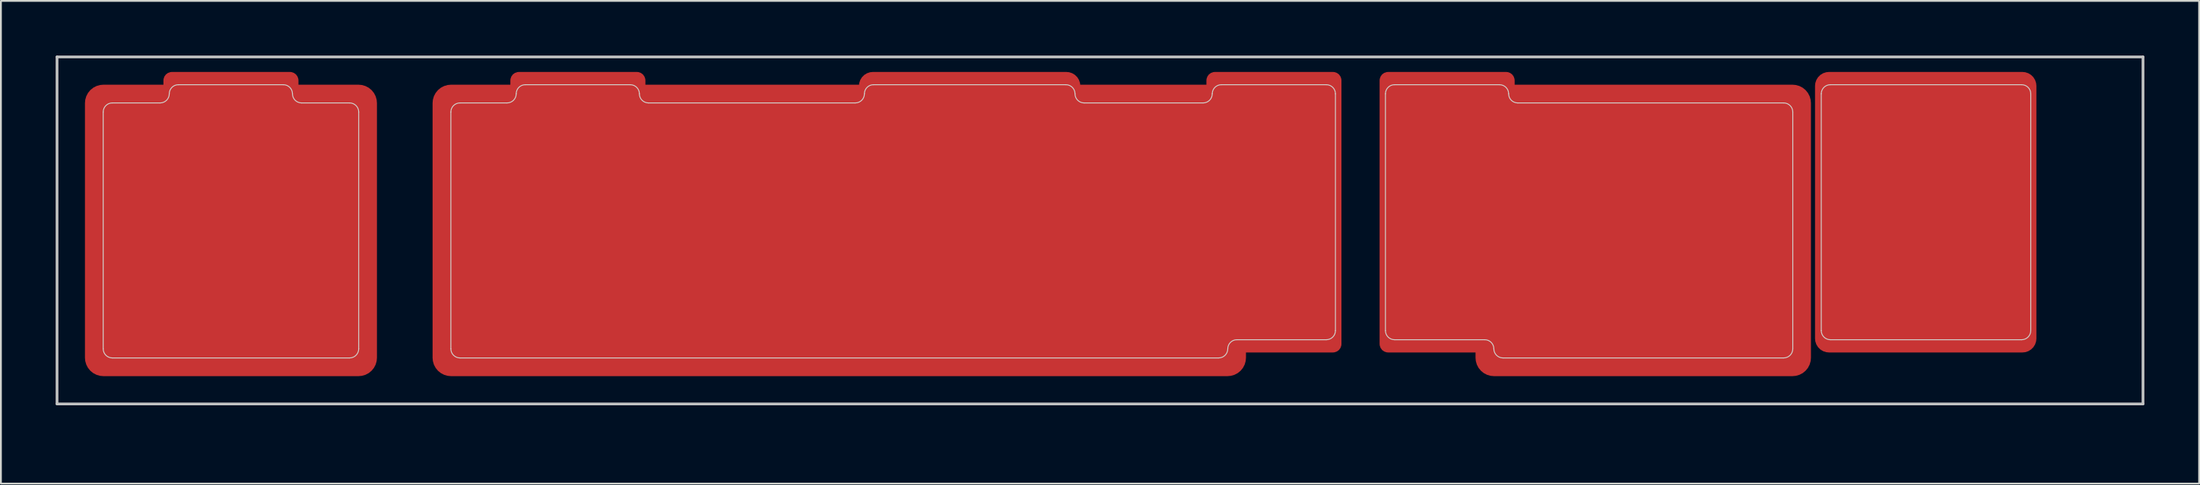
<source format=kicad_pcb>
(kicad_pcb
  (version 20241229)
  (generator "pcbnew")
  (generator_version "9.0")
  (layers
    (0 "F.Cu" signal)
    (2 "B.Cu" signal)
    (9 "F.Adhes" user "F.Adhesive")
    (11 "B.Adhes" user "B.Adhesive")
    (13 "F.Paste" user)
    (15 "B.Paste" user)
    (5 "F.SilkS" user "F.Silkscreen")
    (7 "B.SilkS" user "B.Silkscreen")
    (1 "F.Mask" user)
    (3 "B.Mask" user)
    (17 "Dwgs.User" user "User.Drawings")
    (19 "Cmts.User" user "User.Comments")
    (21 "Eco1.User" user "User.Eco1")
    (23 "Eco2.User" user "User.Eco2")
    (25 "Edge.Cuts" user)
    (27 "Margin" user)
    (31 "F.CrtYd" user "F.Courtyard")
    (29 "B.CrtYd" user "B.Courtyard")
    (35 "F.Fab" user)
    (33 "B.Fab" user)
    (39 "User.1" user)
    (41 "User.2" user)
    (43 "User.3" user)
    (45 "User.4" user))
  (footprint "MX_Cutout_6u_3u_2.25_2.75"
    (layer "F.Cu")
    (at 57.225 9.6)
    (property "Reference" "MX_Cutout_6u_3u_2.25_2.75" (at 0.25 10.05 0) (layer "Eco2.User") (effects (font (size 1 1) (thickness 0.15))))
    (attr through_hole)
    (fp_line (start -57.15 -9.525) (end -57.15 9.525) (stroke (width 0.15) (type solid)) (layer "Dwgs.User"))
    (fp_line (start -57.15 -9.525) (end 57.15 -9.525) (stroke (width 0.15) (type solid)) (layer "Dwgs.User"))
    (fp_line (start -57.15 9.525) (end 57.15 9.525) (stroke (width 0.15) (type solid)) (layer "Dwgs.User"))
    (fp_line (start 57.15 -9.525) (end 57.15 9.525) (stroke (width 0.15) (type solid)) (layer "Dwgs.User"))
    (fp_line (start -54.62 6.5) (end -54.62 -6.5) (stroke (width 0.05) (type solid)) (layer "Edge.Cuts"))
    (fp_line (start -54.12 -7) (end -51.5 -7) (stroke (width 0.05) (type solid)) (layer "Edge.Cuts"))
    (fp_line (start -50.5 -8) (end -44.75 -8) (stroke (width 0.05) (type solid)) (layer "Edge.Cuts"))
    (fp_line (start -43.75 -7) (end -41.12 -7) (stroke (width 0.05) (type solid)) (layer "Edge.Cuts"))
    (fp_line (start -41.12 7) (end -54.12 7) (stroke (width 0.05) (type solid)) (layer "Edge.Cuts"))
    (fp_line (start -40.62 -6.5) (end -40.62 6.5) (stroke (width 0.05) (type solid)) (layer "Edge.Cuts"))
    (fp_line (start -35.57 6.5) (end -35.57 -6.5) (stroke (width 0.05) (type solid)) (layer "Edge.Cuts"))
    (fp_line (start -35.07 -7) (end -32.49 -7) (stroke (width 0.05) (type solid)) (layer "Edge.Cuts"))
    (fp_line (start -31.49 -8) (end -25.74 -8) (stroke (width 0.05) (type solid)) (layer "Edge.Cuts"))
    (fp_line (start -24.74 -7) (end -13.41 -7) (stroke (width 0.05) (type solid)) (layer "Edge.Cuts"))
    (fp_line (start -12.41 -8) (end -1.87 -8) (stroke (width 0.05) (type solid)) (layer "Edge.Cuts"))
    (fp_line (start -0.87 -7) (end 5.65 -7) (stroke (width 0.05) (type solid)) (layer "Edge.Cuts"))
    (fp_line (start 6.5 7) (end -35.07 7) (stroke (width 0.05) (type solid)) (layer "Edge.Cuts"))
    (fp_line (start 6.65 -8) (end 12.4 -8) (stroke (width 0.05) (type solid)) (layer "Edge.Cuts"))
    (fp_line (start 7.5 6) (end 12.4 6) (stroke (width 0.05) (type solid)) (layer "Edge.Cuts"))
    (fp_line (start 12.9 -7.5) (end 12.9 5.5) (stroke (width 0.05) (type solid)) (layer "Edge.Cuts"))
    (fp_line (start 15.64 5.5) (end 15.64 -7.5) (stroke (width 0.05) (type solid)) (layer "Edge.Cuts"))
    (fp_line (start 16.14 -8) (end 21.89 -8) (stroke (width 0.05) (type solid)) (layer "Edge.Cuts"))
    (fp_line (start 16.14 6) (end 21.08 6) (stroke (width 0.05) (type solid)) (layer "Edge.Cuts"))
    (fp_line (start 22.08 7) (end 37.46 7) (stroke (width 0.05) (type solid)) (layer "Edge.Cuts"))
    (fp_line (start 22.89 -7) (end 37.46 -7) (stroke (width 0.05) (type solid)) (layer "Edge.Cuts"))
    (fp_line (start 37.96 -6.5) (end 37.96 6.5) (stroke (width 0.05) (type solid)) (layer "Edge.Cuts"))
    (fp_line (start 39.52 5.5) (end 39.52 -7.5) (stroke (width 0.05) (type solid)) (layer "Edge.Cuts"))
    (fp_line (start 40.02 -8) (end 50.5 -8) (stroke (width 0.05) (type solid)) (layer "Edge.Cuts"))
    (fp_line (start 50.5 6) (end 40.02 6) (stroke (width 0.05) (type solid)) (layer "Edge.Cuts"))
    (fp_line (start 51 -7.5) (end 51 5.5) (stroke (width 0.05) (type solid)) (layer "Edge.Cuts"))
    (fp_arc (start -54.62 -6.5) (mid -54.473553 -6.853553) (end -54.12 -7) (stroke (width 0.05) (type solid)) (layer "Edge.Cuts"))
    (fp_arc (start -54.12 7) (mid -54.473553 6.853553) (end -54.62 6.5) (stroke (width 0.05) (type solid)) (layer "Edge.Cuts"))
    (fp_arc (start -51 -7.5) (mid -51.146447 -7.146447) (end -51.5 -7) (stroke (width 0.05) (type solid)) (layer "Edge.Cuts"))
    (fp_arc (start -51 -7.5) (mid -50.853553 -7.853553) (end -50.5 -8) (stroke (width 0.05) (type solid)) (layer "Edge.Cuts"))
    (fp_arc (start -44.75 -8) (mid -44.396447 -7.853553) (end -44.25 -7.5) (stroke (width 0.05) (type solid)) (layer "Edge.Cuts"))
    (fp_arc (start -43.75 -7) (mid -44.103553 -7.146447) (end -44.25 -7.5) (stroke (width 0.05) (type solid)) (layer "Edge.Cuts"))
    (fp_arc (start -41.12 -7) (mid -40.766447 -6.853553) (end -40.62 -6.5) (stroke (width 0.05) (type solid)) (layer "Edge.Cuts"))
    (fp_arc (start -40.62 6.5) (mid -40.766447 6.853553) (end -41.12 7) (stroke (width 0.05) (type solid)) (layer "Edge.Cuts"))
    (fp_arc (start -35.57 -6.5) (mid -35.423553 -6.853553) (end -35.07 -7) (stroke (width 0.05) (type solid)) (layer "Edge.Cuts"))
    (fp_arc (start -35.07 7) (mid -35.423553 6.853553) (end -35.57 6.5) (stroke (width 0.05) (type solid)) (layer "Edge.Cuts"))
    (fp_arc (start -31.99 -7.5) (mid -32.136447 -7.146447) (end -32.49 -7) (stroke (width 0.05) (type solid)) (layer "Edge.Cuts"))
    (fp_arc (start -31.99 -7.5) (mid -31.843553 -7.853553) (end -31.49 -8) (stroke (width 0.05) (type solid)) (layer "Edge.Cuts"))
    (fp_arc (start -25.74 -8) (mid -25.386447 -7.853553) (end -25.24 -7.5) (stroke (width 0.05) (type solid)) (layer "Edge.Cuts"))
    (fp_arc (start -24.74 -7) (mid -25.093553 -7.146447) (end -25.24 -7.5) (stroke (width 0.05) (type solid)) (layer "Edge.Cuts"))
    (fp_arc (start -12.91 -7.5) (mid -13.056447 -7.146447) (end -13.41 -7) (stroke (width 0.05) (type solid)) (layer "Edge.Cuts"))
    (fp_arc (start -12.91 -7.5) (mid -12.763553 -7.853553) (end -12.41 -8) (stroke (width 0.05) (type solid)) (layer "Edge.Cuts"))
    (fp_arc (start -1.87 -8) (mid -1.516447 -7.853553) (end -1.37 -7.5) (stroke (width 0.05) (type solid)) (layer "Edge.Cuts"))
    (fp_arc (start -0.87 -7) (mid -1.223553 -7.146447) (end -1.37 -7.5) (stroke (width 0.05) (type solid)) (layer "Edge.Cuts"))
    (fp_arc (start 6.15 -7.5) (mid 6.003553 -7.146447) (end 5.65 -7) (stroke (width 0.05) (type solid)) (layer "Edge.Cuts"))
    (fp_arc (start 6.15 -7.5) (mid 6.296447 -7.853553) (end 6.65 -8) (stroke (width 0.05) (type solid)) (layer "Edge.Cuts"))
    (fp_arc (start 7 6.5) (mid 6.853553 6.853553) (end 6.5 7) (stroke (width 0.05) (type solid)) (layer "Edge.Cuts"))
    (fp_arc (start 7 6.5) (mid 7.146447 6.146447) (end 7.5 6) (stroke (width 0.05) (type solid)) (layer "Edge.Cuts"))
    (fp_arc (start 12.4 -8) (mid 12.753553 -7.853553) (end 12.9 -7.5) (stroke (width 0.05) (type solid)) (layer "Edge.Cuts"))
    (fp_arc (start 12.9 5.5) (mid 12.753553 5.853553) (end 12.4 6) (stroke (width 0.05) (type solid)) (layer "Edge.Cuts"))
    (fp_arc (start 15.64 -7.5) (mid 15.786447 -7.853553) (end 16.14 -8) (stroke (width 0.05) (type solid)) (layer "Edge.Cuts"))
    (fp_arc (start 16.14 6) (mid 15.786447 5.853553) (end 15.64 5.5) (stroke (width 0.05) (type solid)) (layer "Edge.Cuts"))
    (fp_arc (start 21.08 6) (mid 21.433553 6.146447) (end 21.58 6.5) (stroke (width 0.05) (type solid)) (layer "Edge.Cuts"))
    (fp_arc (start 21.89 -8) (mid 22.243553 -7.853553) (end 22.39 -7.5) (stroke (width 0.05) (type solid)) (layer "Edge.Cuts"))
    (fp_arc (start 22.08 7) (mid 21.726447 6.853553) (end 21.58 6.5) (stroke (width 0.05) (type solid)) (layer "Edge.Cuts"))
    (fp_arc (start 22.89 -7) (mid 22.536447 -7.146447) (end 22.39 -7.5) (stroke (width 0.05) (type solid)) (layer "Edge.Cuts"))
    (fp_arc (start 37.46 -7) (mid 37.813553 -6.853553) (end 37.96 -6.5) (stroke (width 0.05) (type solid)) (layer "Edge.Cuts"))
    (fp_arc (start 37.96 6.5) (mid 37.813553 6.853553) (end 37.46 7) (stroke (width 0.05) (type solid)) (layer "Edge.Cuts"))
    (fp_arc (start 39.52 -7.5) (mid 39.666447 -7.853553) (end 40.02 -8) (stroke (width 0.05) (type solid)) (layer "Edge.Cuts"))
    (fp_arc (start 40.02 6) (mid 39.666447 5.853553) (end 39.52 5.5) (stroke (width 0.05) (type solid)) (layer "Edge.Cuts"))
    (fp_arc (start 50.5 -8) (mid 50.853553 -7.853553) (end 51 -7.5) (stroke (width 0.05) (type solid)) (layer "Edge.Cuts"))
    (fp_arc (start 51 5.5) (mid 50.853553 5.853553) (end 50.5 6) (stroke (width 0.05) (type solid)) (layer "Edge.Cuts"))
    (pad "1" smd roundrect (at -47.62 -1 180) (size 7.4 15.4) (layers "F.Cu" "F.Mask") (roundrect_rratio 0.063))
    (pad "1" smd roundrect (at -47.62 0 180) (size 16 16) (layers "F.Cu" "F.Mask") (roundrect_rratio 0.063))
    (pad "1" smd roundrect (at -28.61 -1 180) (size 7.4 15.4) (layers "F.Cu" "F.Mask") (roundrect_rratio 0.063))
    (pad "1" smd roundrect (at -14.287 0 180) (size 44.57 16) (layers "F.Cu" "F.Mask") (roundrect_rratio 0.063))
    (pad "1" smd roundrect (at -7.144 -1 180) (size 12.13 15.4) (layers "F.Cu" "F.Mask") (roundrect_rratio 0.063))
    (pad "1" smd roundrect (at 9.53 -1 180) (size 7.4 15.4) (layers "F.Cu" "F.Mask") (roundrect_rratio 0.063))
    (pad "1" smd roundrect (at 19.02 -1 180) (size 7.4 15.4) (layers "F.Cu" "F.Mask") (roundrect_rratio 0.063))
    (pad "1" smd roundrect (at 29.766 0 180) (size 18.38 16) (layers "F.Cu" "F.Mask") (roundrect_rratio 0.063))
    (pad "1" smd roundrect (at 45.244 -1 180) (size 12.13 15.4) (layers "F.Cu" "F.Mask") (roundrect_rratio 0.063)))
  (gr_rect
    (start -3 -3)
    (end 117.45 23.498)
    (stroke (width 0.1) (type default))
    (fill no)
    (layer "Edge.Cuts")))
</source>
